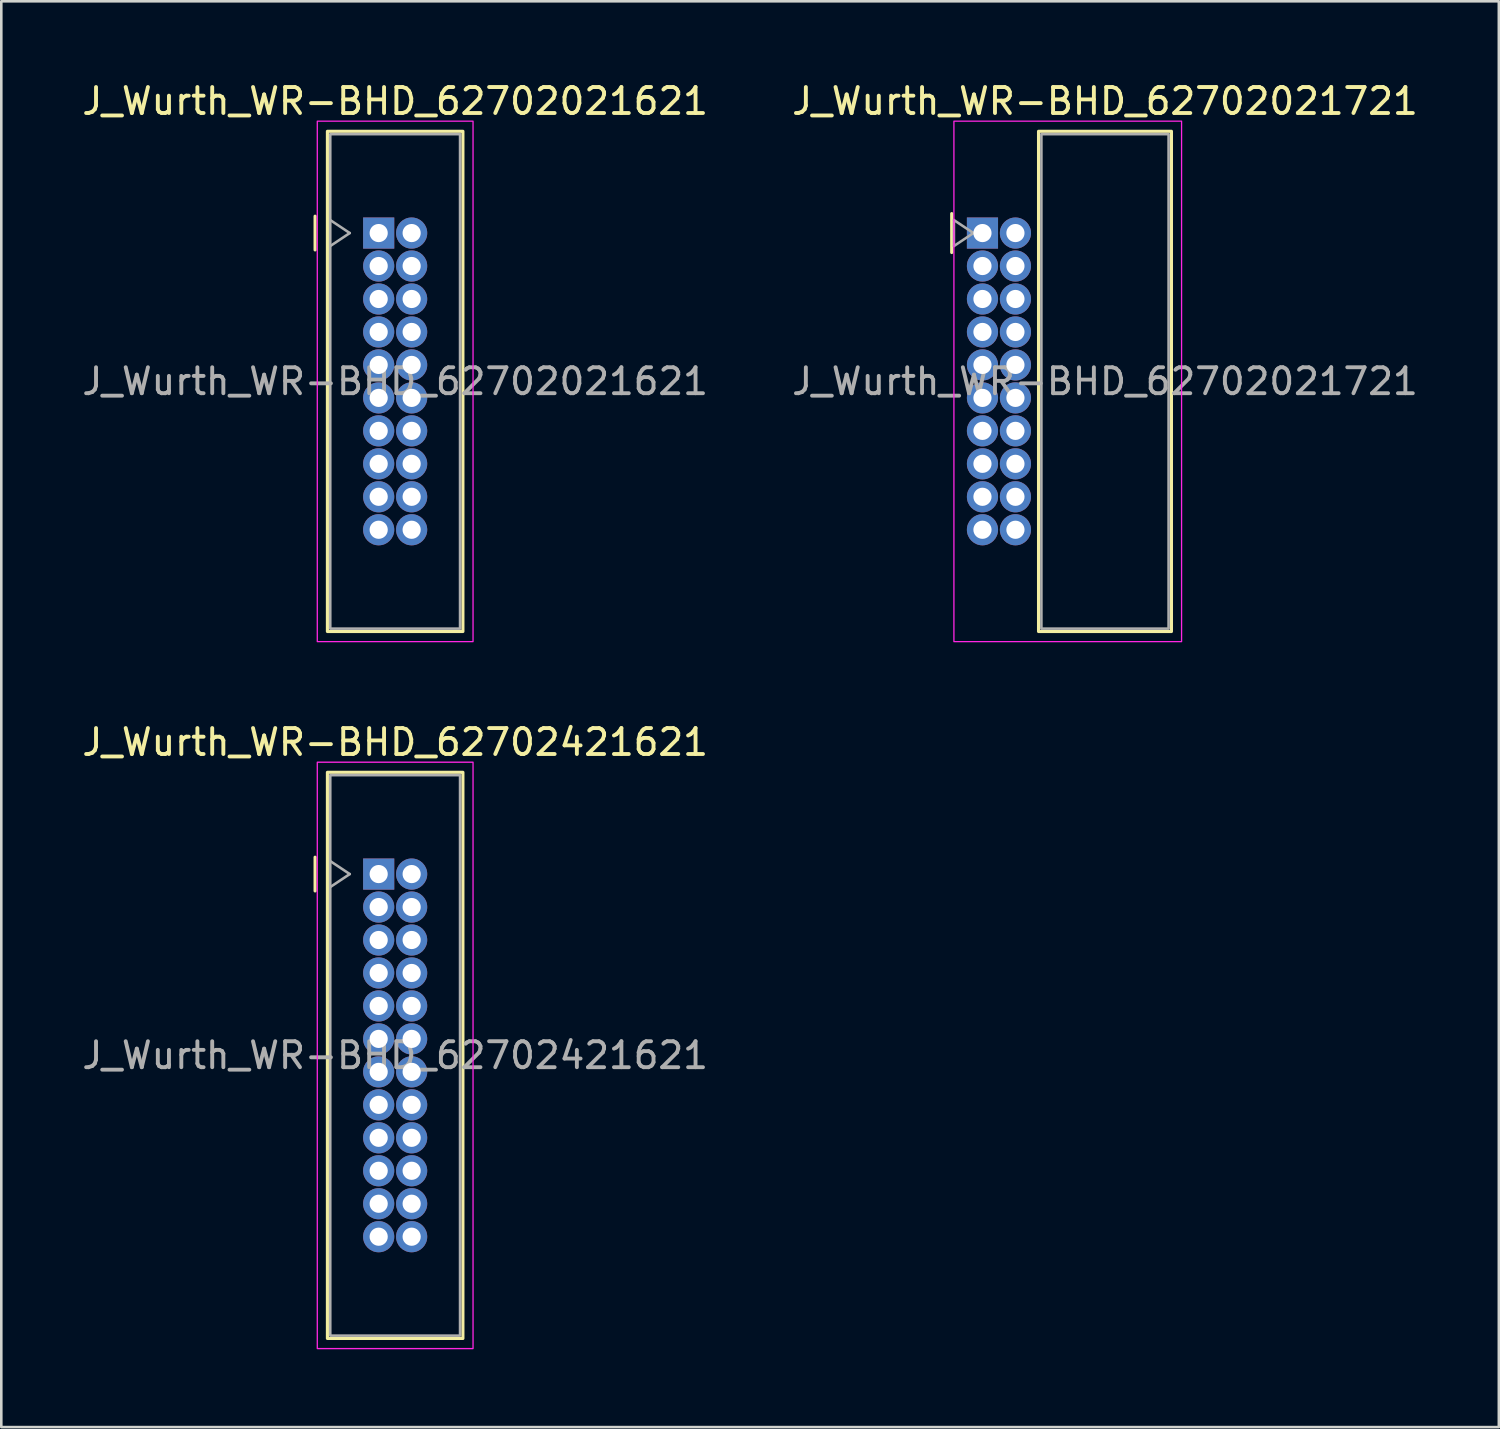
<source format=kicad_pcb>
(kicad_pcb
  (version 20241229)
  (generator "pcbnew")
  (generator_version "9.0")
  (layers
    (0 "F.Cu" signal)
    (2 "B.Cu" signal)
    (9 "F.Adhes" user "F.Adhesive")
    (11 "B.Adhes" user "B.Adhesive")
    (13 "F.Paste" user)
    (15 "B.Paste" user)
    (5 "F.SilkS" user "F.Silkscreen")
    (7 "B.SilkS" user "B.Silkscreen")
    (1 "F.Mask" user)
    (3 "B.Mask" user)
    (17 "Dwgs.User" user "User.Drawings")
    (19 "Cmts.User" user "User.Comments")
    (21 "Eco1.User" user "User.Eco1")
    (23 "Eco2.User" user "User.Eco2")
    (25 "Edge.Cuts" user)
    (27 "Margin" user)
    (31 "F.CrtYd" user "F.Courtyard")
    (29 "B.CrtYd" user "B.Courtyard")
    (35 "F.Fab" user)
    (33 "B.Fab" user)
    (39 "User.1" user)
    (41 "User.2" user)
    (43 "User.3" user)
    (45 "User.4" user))
  (footprint "J_Wurth_WR-BHD_62702021721"
    (layer "F.Cu")
    (at 34.798 5.928)
    (property "Reference" "J_Wurth_WR-BHD_62702021721" (at 4.72 -5.08 0) (unlocked yes) (layer "F.SilkS") (effects (font (size 1 1) (thickness 0.15))))
    (attr through_hole)
    (fp_line (start -1.185 -0.75) (end -1.185 0.75) (stroke (width 0.12) (type solid)) (layer "F.SilkS"))
    (fp_rect (start 2.16 -3.92) (end 7.28 15.35) (stroke (width 0.12) (type solid)) (fill no) (layer "F.SilkS"))
    (fp_rect (start -1.1 -4.31) (end 7.67 15.74) (stroke (width 0.05) (type solid)) (fill no) (layer "F.CrtYd"))
    (fp_line (start -1.1 0.5) (end -1.1 -0.5) (stroke (width 0.1) (type default)) (layer "F.Fab"))
    (fp_line (start -0.35 0) (end -1.1 -0.5) (stroke (width 0.1) (type solid)) (layer "F.Fab"))
    (fp_line (start -0.35 0) (end -1.1 0.5) (stroke (width 0.1) (type solid)) (layer "F.Fab"))
    (fp_rect (start 2.27 -3.81) (end 7.17 15.24) (stroke (width 0.1) (type solid)) (fill no) (layer "F.Fab"))
    (fp_text user "${REFERENCE}" (at 4.72 5.715 0) (unlocked yes) (layer "F.Fab") (effects (font (size 1 1) (thickness 0.15))))
    (pad "1" thru_hole rect (at 0 0 90) (size 1.2 1.2) (drill 0.7) (layers "*.Cu" "*.Mask"))
    (pad "2" thru_hole circle (at 1.27 0 90) (size 1.2 1.2) (drill 0.7) (layers "*.Cu" "*.Mask"))
    (pad "3" thru_hole circle (at 0 1.27 90) (size 1.2 1.2) (drill 0.7) (layers "*.Cu" "*.Mask"))
    (pad "4" thru_hole circle (at 1.27 1.27 90) (size 1.2 1.2) (drill 0.7) (layers "*.Cu" "*.Mask"))
    (pad "5" thru_hole circle (at 0 2.54 90) (size 1.2 1.2) (drill 0.7) (layers "*.Cu" "*.Mask"))
    (pad "6" thru_hole circle (at 1.27 2.54 90) (size 1.2 1.2) (drill 0.7) (layers "*.Cu" "*.Mask"))
    (pad "7" thru_hole circle (at 0 3.81 90) (size 1.2 1.2) (drill 0.7) (layers "*.Cu" "*.Mask"))
    (pad "8" thru_hole circle (at 1.27 3.81 90) (size 1.2 1.2) (drill 0.7) (layers "*.Cu" "*.Mask"))
    (pad "9" thru_hole circle (at 0 5.08 90) (size 1.2 1.2) (drill 0.7) (layers "*.Cu" "*.Mask"))
    (pad "10" thru_hole circle (at 1.27 5.08 90) (size 1.2 1.2) (drill 0.7) (layers "*.Cu" "*.Mask"))
    (pad "11" thru_hole circle (at 0 6.35 90) (size 1.2 1.2) (drill 0.7) (layers "*.Cu" "*.Mask"))
    (pad "12" thru_hole circle (at 1.27 6.35 90) (size 1.2 1.2) (drill 0.7) (layers "*.Cu" "*.Mask"))
    (pad "13" thru_hole circle (at 0 7.62 90) (size 1.2 1.2) (drill 0.7) (layers "*.Cu" "*.Mask"))
    (pad "14" thru_hole circle (at 1.27 7.62 90) (size 1.2 1.2) (drill 0.7) (layers "*.Cu" "*.Mask"))
    (pad "15" thru_hole circle (at 0 8.89 90) (size 1.2 1.2) (drill 0.7) (layers "*.Cu" "*.Mask"))
    (pad "16" thru_hole circle (at 1.27 8.89 90) (size 1.2 1.2) (drill 0.7) (layers "*.Cu" "*.Mask"))
    (pad "17" thru_hole circle (at 0 10.16 90) (size 1.2 1.2) (drill 0.7) (layers "*.Cu" "*.Mask"))
    (pad "18" thru_hole circle (at 1.27 10.16 90) (size 1.2 1.2) (drill 0.7) (layers "*.Cu" "*.Mask"))
    (pad "19" thru_hole circle (at 0 11.43 90) (size 1.2 1.2) (drill 0.7) (layers "*.Cu" "*.Mask"))
    (pad "20" thru_hole circle (at 1.27 11.43 90) (size 1.2 1.2) (drill 0.7) (layers "*.Cu" "*.Mask")))
  (footprint "J_Wurth_WR-BHD_62702421621"
    (layer "F.Cu")
    (at 11.538 30.622)
    (property "Reference" "J_Wurth_WR-BHD_62702421621" (at 0.635 -5.08 0) (unlocked yes) (layer "F.SilkS") (effects (font (size 1 1) (thickness 0.15))))
    (attr through_hole)
    (fp_line (start -2.45 -0.65) (end -2.45 0.65) (stroke (width 0.12) (type solid)) (layer "F.SilkS"))
    (fp_rect (start -1.975 -3.92) (end 3.245 17.89) (stroke (width 0.12) (type default)) (fill no) (layer "F.SilkS"))
    (fp_rect (start -2.365 -4.31) (end 3.635 18.28) (stroke (width 0.05) (type solid)) (fill no) (layer "F.CrtYd"))
    (fp_line (start -1.115 0) (end -1.865 -0.5) (stroke (width 0.1) (type solid)) (layer "F.Fab"))
    (fp_line (start -1.115 0) (end -1.865 0.5) (stroke (width 0.1) (type solid)) (layer "F.Fab"))
    (fp_rect (start -1.865 -3.81) (end 3.135 17.78) (stroke (width 0.1) (type solid)) (fill no) (layer "F.Fab"))
    (fp_text user "${REFERENCE}" (at 0.635 6.985 0) (unlocked yes) (layer "F.Fab") (effects (font (size 1 1) (thickness 0.15))))
    (pad "1" thru_hole rect (at 0 0 90) (size 1.2 1.2) (drill 0.7) (layers "*.Cu" "*.Mask"))
    (pad "2" thru_hole circle (at 1.27 0 90) (size 1.2 1.2) (drill 0.7) (layers "*.Cu" "*.Mask"))
    (pad "3" thru_hole circle (at 0 1.27 90) (size 1.2 1.2) (drill 0.7) (layers "*.Cu" "*.Mask"))
    (pad "4" thru_hole circle (at 1.27 1.27 90) (size 1.2 1.2) (drill 0.7) (layers "*.Cu" "*.Mask"))
    (pad "5" thru_hole circle (at 0 2.54 90) (size 1.2 1.2) (drill 0.7) (layers "*.Cu" "*.Mask"))
    (pad "6" thru_hole circle (at 1.27 2.54 90) (size 1.2 1.2) (drill 0.7) (layers "*.Cu" "*.Mask"))
    (pad "7" thru_hole circle (at 0 3.81 90) (size 1.2 1.2) (drill 0.7) (layers "*.Cu" "*.Mask"))
    (pad "8" thru_hole circle (at 1.27 3.81 90) (size 1.2 1.2) (drill 0.7) (layers "*.Cu" "*.Mask"))
    (pad "9" thru_hole circle (at 0 5.08 90) (size 1.2 1.2) (drill 0.7) (layers "*.Cu" "*.Mask"))
    (pad "10" thru_hole circle (at 1.27 5.08 90) (size 1.2 1.2) (drill 0.7) (layers "*.Cu" "*.Mask"))
    (pad "11" thru_hole circle (at 0 6.35 90) (size 1.2 1.2) (drill 0.7) (layers "*.Cu" "*.Mask"))
    (pad "12" thru_hole circle (at 1.27 6.35 90) (size 1.2 1.2) (drill 0.7) (layers "*.Cu" "*.Mask"))
    (pad "13" thru_hole circle (at 0 7.62 90) (size 1.2 1.2) (drill 0.7) (layers "*.Cu" "*.Mask"))
    (pad "14" thru_hole circle (at 1.27 7.62 90) (size 1.2 1.2) (drill 0.7) (layers "*.Cu" "*.Mask"))
    (pad "15" thru_hole circle (at 0 8.89 90) (size 1.2 1.2) (drill 0.7) (layers "*.Cu" "*.Mask"))
    (pad "16" thru_hole circle (at 1.27 8.89 90) (size 1.2 1.2) (drill 0.7) (layers "*.Cu" "*.Mask"))
    (pad "17" thru_hole circle (at 0 10.16 90) (size 1.2 1.2) (drill 0.7) (layers "*.Cu" "*.Mask"))
    (pad "18" thru_hole circle (at 1.27 10.16 90) (size 1.2 1.2) (drill 0.7) (layers "*.Cu" "*.Mask"))
    (pad "19" thru_hole circle (at 0 11.43 90) (size 1.2 1.2) (drill 0.7) (layers "*.Cu" "*.Mask"))
    (pad "20" thru_hole circle (at 1.27 11.43 90) (size 1.2 1.2) (drill 0.7) (layers "*.Cu" "*.Mask"))
    (pad "21" thru_hole circle (at 0 12.7 90) (size 1.2 1.2) (drill 0.7) (layers "*.Cu" "*.Mask"))
    (pad "22" thru_hole circle (at 1.27 12.7 90) (size 1.2 1.2) (drill 0.7) (layers "*.Cu" "*.Mask"))
    (pad "23" thru_hole circle (at 0 13.97 90) (size 1.2 1.2) (drill 0.7) (layers "*.Cu" "*.Mask"))
    (pad "24" thru_hole circle (at 1.27 13.97 90) (size 1.2 1.2) (drill 0.7) (layers "*.Cu" "*.Mask")))
  (footprint "J_Wurth_WR-BHD_62702021621"
    (layer "F.Cu")
    (at 11.538 5.928)
    (property "Reference" "J_Wurth_WR-BHD_62702021621" (at 0.635 -5.08 0) (unlocked yes) (layer "F.SilkS") (effects (font (size 1 1) (thickness 0.15))))
    (attr through_hole)
    (fp_line (start -2.45 -0.65) (end -2.45 0.65) (stroke (width 0.12) (type solid)) (layer "F.SilkS"))
    (fp_rect (start -1.975 -3.92) (end 3.245 15.35) (stroke (width 0.12) (type default)) (fill no) (layer "F.SilkS"))
    (fp_rect (start -2.365 -4.31) (end 3.635 15.74) (stroke (width 0.05) (type solid)) (fill no) (layer "F.CrtYd"))
    (fp_line (start -1.115 0) (end -1.865 -0.5) (stroke (width 0.1) (type solid)) (layer "F.Fab"))
    (fp_line (start -1.115 0) (end -1.865 0.5) (stroke (width 0.1) (type solid)) (layer "F.Fab"))
    (fp_rect (start -1.865 -3.81) (end 3.135 15.24) (stroke (width 0.1) (type solid)) (fill no) (layer "F.Fab"))
    (fp_text user "${REFERENCE}" (at 0.635 5.715 0) (unlocked yes) (layer "F.Fab") (effects (font (size 1 1) (thickness 0.15))))
    (pad "1" thru_hole rect (at 0 0 90) (size 1.2 1.2) (drill 0.7) (layers "*.Cu" "*.Mask"))
    (pad "2" thru_hole circle (at 1.27 0 90) (size 1.2 1.2) (drill 0.7) (layers "*.Cu" "*.Mask"))
    (pad "3" thru_hole circle (at 0 1.27 90) (size 1.2 1.2) (drill 0.7) (layers "*.Cu" "*.Mask"))
    (pad "4" thru_hole circle (at 1.27 1.27 90) (size 1.2 1.2) (drill 0.7) (layers "*.Cu" "*.Mask"))
    (pad "5" thru_hole circle (at 0 2.54 90) (size 1.2 1.2) (drill 0.7) (layers "*.Cu" "*.Mask"))
    (pad "6" thru_hole circle (at 1.27 2.54 90) (size 1.2 1.2) (drill 0.7) (layers "*.Cu" "*.Mask"))
    (pad "7" thru_hole circle (at 0 3.81 90) (size 1.2 1.2) (drill 0.7) (layers "*.Cu" "*.Mask"))
    (pad "8" thru_hole circle (at 1.27 3.81 90) (size 1.2 1.2) (drill 0.7) (layers "*.Cu" "*.Mask"))
    (pad "9" thru_hole circle (at 0 5.08 90) (size 1.2 1.2) (drill 0.7) (layers "*.Cu" "*.Mask"))
    (pad "10" thru_hole circle (at 1.27 5.08 90) (size 1.2 1.2) (drill 0.7) (layers "*.Cu" "*.Mask"))
    (pad "11" thru_hole circle (at 0 6.35 90) (size 1.2 1.2) (drill 0.7) (layers "*.Cu" "*.Mask"))
    (pad "12" thru_hole circle (at 1.27 6.35 90) (size 1.2 1.2) (drill 0.7) (layers "*.Cu" "*.Mask"))
    (pad "13" thru_hole circle (at 0 7.62 90) (size 1.2 1.2) (drill 0.7) (layers "*.Cu" "*.Mask"))
    (pad "14" thru_hole circle (at 1.27 7.62 90) (size 1.2 1.2) (drill 0.7) (layers "*.Cu" "*.Mask"))
    (pad "15" thru_hole circle (at 0 8.89 90) (size 1.2 1.2) (drill 0.7) (layers "*.Cu" "*.Mask"))
    (pad "16" thru_hole circle (at 1.27 8.89 90) (size 1.2 1.2) (drill 0.7) (layers "*.Cu" "*.Mask"))
    (pad "17" thru_hole circle (at 0 10.16 90) (size 1.2 1.2) (drill 0.7) (layers "*.Cu" "*.Mask"))
    (pad "18" thru_hole circle (at 1.27 10.16 90) (size 1.2 1.2) (drill 0.7) (layers "*.Cu" "*.Mask"))
    (pad "19" thru_hole circle (at 0 11.43 90) (size 1.2 1.2) (drill 0.7) (layers "*.Cu" "*.Mask"))
    (pad "20" thru_hole circle (at 1.27 11.43 90) (size 1.2 1.2) (drill 0.7) (layers "*.Cu" "*.Mask")))
  (gr_rect
    (start -3 -3)
    (end 54.69 51.926)
    (stroke (width 0.1) (type default))
    (fill no)
    (layer "Edge.Cuts")))
</source>
